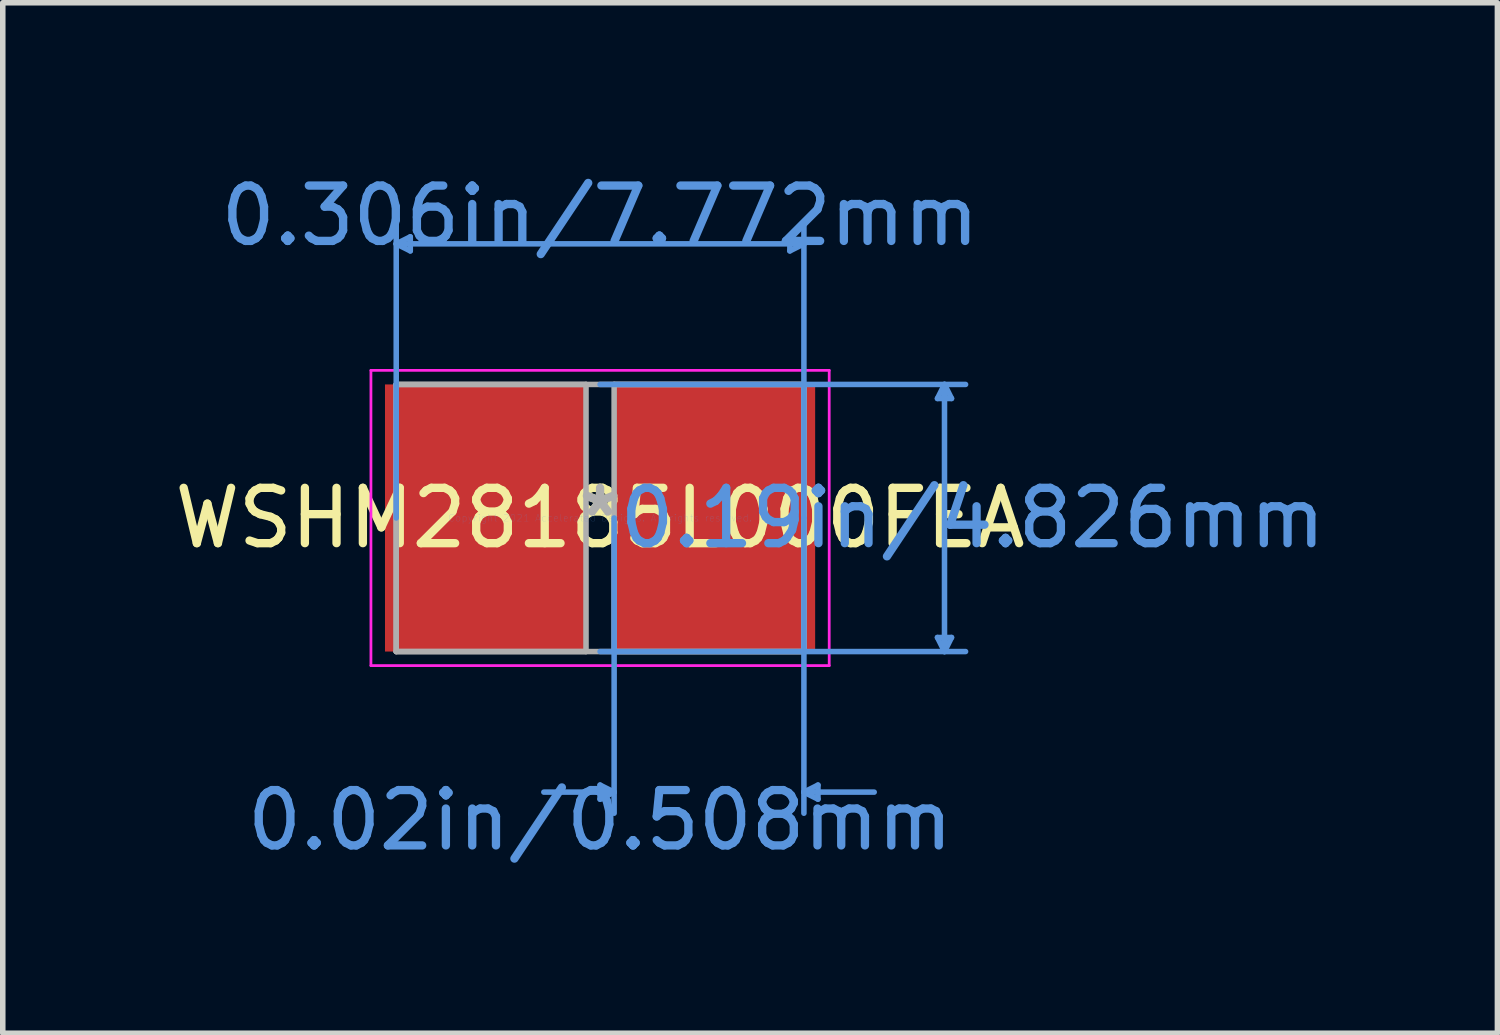
<source format=kicad_pcb>
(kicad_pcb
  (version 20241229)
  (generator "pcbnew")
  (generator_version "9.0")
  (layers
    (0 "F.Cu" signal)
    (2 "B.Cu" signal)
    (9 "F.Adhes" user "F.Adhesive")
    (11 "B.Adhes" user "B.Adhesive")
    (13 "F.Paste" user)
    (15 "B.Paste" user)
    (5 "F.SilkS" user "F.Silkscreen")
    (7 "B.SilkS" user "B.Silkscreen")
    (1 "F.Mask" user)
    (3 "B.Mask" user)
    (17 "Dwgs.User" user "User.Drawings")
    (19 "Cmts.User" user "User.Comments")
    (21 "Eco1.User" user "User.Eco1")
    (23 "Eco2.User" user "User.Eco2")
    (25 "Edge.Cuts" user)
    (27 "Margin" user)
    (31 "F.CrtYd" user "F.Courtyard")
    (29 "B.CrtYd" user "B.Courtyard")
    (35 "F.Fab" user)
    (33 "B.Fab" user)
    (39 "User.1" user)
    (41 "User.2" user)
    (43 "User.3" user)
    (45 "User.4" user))
  (footprint "WSHM28185L000FEA"
    (layer "F.Cu")
    (at 7.792 6.309)
    (property "Reference" "WSHM28185L000FEA" (at 0 0 0) (layer "F.SilkS") (effects (font (size 1 1) (thickness 0.15))))
    (attr through_hole)
    (fp_line (start -3.683 -4.953) (end -3.429 -5.08) (stroke (width 0.1) (type solid)) (layer "Cmts.User"))
    (fp_line (start -3.683 -4.953) (end -3.429 -4.826) (stroke (width 0.1) (type solid)) (layer "Cmts.User"))
    (fp_line (start -3.683 -4.953) (end 3.683 -4.953) (stroke (width 0.1) (type solid)) (layer "Cmts.User"))
    (fp_line (start -3.683 0) (end -3.683 -5.334) (stroke (width 0.1) (type solid)) (layer "Cmts.User"))
    (fp_line (start -3.429 -5.08) (end -3.429 -4.826) (stroke (width 0.1) (type solid)) (layer "Cmts.User"))
    (fp_line (start 0 -2.413) (end 6.604 -2.413) (stroke (width 0.1) (type solid)) (layer "Cmts.User"))
    (fp_line (start 0 2.413) (end 6.604 2.413) (stroke (width 0.1) (type solid)) (layer "Cmts.User"))
    (fp_line (start 0 4.826) (end 0 5.08) (stroke (width 0.1) (type solid)) (layer "Cmts.User"))
    (fp_line (start 0.254 0) (end 0.254 5.334) (stroke (width 0.1) (type solid)) (layer "Cmts.User"))
    (fp_line (start 0.254 4.953) (end -1.016 4.953) (stroke (width 0.1) (type solid)) (layer "Cmts.User"))
    (fp_line (start 0.254 4.953) (end 0 4.826) (stroke (width 0.1) (type solid)) (layer "Cmts.User"))
    (fp_line (start 0.254 4.953) (end 0 5.08) (stroke (width 0.1) (type solid)) (layer "Cmts.User"))
    (fp_line (start 3.429 -5.08) (end 3.429 -4.826) (stroke (width 0.1) (type solid)) (layer "Cmts.User"))
    (fp_line (start 3.683 -4.953) (end 3.429 -5.08) (stroke (width 0.1) (type solid)) (layer "Cmts.User"))
    (fp_line (start 3.683 -4.953) (end 3.429 -4.826) (stroke (width 0.1) (type solid)) (layer "Cmts.User"))
    (fp_line (start 3.683 0) (end 3.683 -5.334) (stroke (width 0.1) (type solid)) (layer "Cmts.User"))
    (fp_line (start 3.683 0) (end 3.683 5.334) (stroke (width 0.1) (type solid)) (layer "Cmts.User"))
    (fp_line (start 3.683 4.953) (end 3.937 4.826) (stroke (width 0.1) (type solid)) (layer "Cmts.User"))
    (fp_line (start 3.683 4.953) (end 3.937 5.08) (stroke (width 0.1) (type solid)) (layer "Cmts.User"))
    (fp_line (start 3.683 4.953) (end 4.953 4.953) (stroke (width 0.1) (type solid)) (layer "Cmts.User"))
    (fp_line (start 3.937 4.826) (end 3.937 5.08) (stroke (width 0.1) (type solid)) (layer "Cmts.User"))
    (fp_line (start 6.096 -2.159) (end 6.35 -2.159) (stroke (width 0.1) (type solid)) (layer "Cmts.User"))
    (fp_line (start 6.096 2.159) (end 6.35 2.159) (stroke (width 0.1) (type solid)) (layer "Cmts.User"))
    (fp_line (start 6.223 -2.413) (end 6.096 -2.159) (stroke (width 0.1) (type solid)) (layer "Cmts.User"))
    (fp_line (start 6.223 -2.413) (end 6.223 2.413) (stroke (width 0.1) (type solid)) (layer "Cmts.User"))
    (fp_line (start 6.223 -2.413) (end 6.35 -2.159) (stroke (width 0.1) (type solid)) (layer "Cmts.User"))
    (fp_line (start 6.223 2.413) (end 6.096 2.159) (stroke (width 0.1) (type solid)) (layer "Cmts.User"))
    (fp_line (start 6.223 2.413) (end 6.35 2.159) (stroke (width 0.1) (type solid)) (layer "Cmts.User"))
    (fp_line (start -4.14 -2.667) (end 4.14 -2.667) (stroke (width 0.05) (type solid)) (layer "F.CrtYd"))
    (fp_line (start -4.14 2.667) (end -4.14 -2.667) (stroke (width 0.05) (type solid)) (layer "F.CrtYd"))
    (fp_line (start 4.14 -2.667) (end 4.14 2.667) (stroke (width 0.05) (type solid)) (layer "F.CrtYd"))
    (fp_line (start 4.14 2.667) (end -4.14 2.667) (stroke (width 0.05) (type solid)) (layer "F.CrtYd"))
    (fp_line (start -3.683 -2.413) (end -3.683 2.413) (stroke (width 0.1) (type solid)) (layer "F.Fab"))
    (fp_line (start -3.683 -2.413) (end -3.683 2.413) (stroke (width 0.1) (type solid)) (layer "F.Fab"))
    (fp_line (start -3.683 2.413) (end -0.254 2.413) (stroke (width 0.1) (type solid)) (layer "F.Fab"))
    (fp_line (start -3.683 2.413) (end 3.683 2.413) (stroke (width 0.1) (type solid)) (layer "F.Fab"))
    (fp_line (start -0.254 -2.413) (end -3.683 -2.413) (stroke (width 0.1) (type solid)) (layer "F.Fab"))
    (fp_line (start -0.254 2.413) (end -0.254 -2.413) (stroke (width 0.1) (type solid)) (layer "F.Fab"))
    (fp_line (start 0.254 -2.413) (end 0.254 2.413) (stroke (width 0.1) (type solid)) (layer "F.Fab"))
    (fp_line (start 0.254 2.413) (end 3.683 2.413) (stroke (width 0.1) (type solid)) (layer "F.Fab"))
    (fp_line (start 3.683 -2.413) (end -3.683 -2.413) (stroke (width 0.1) (type solid)) (layer "F.Fab"))
    (fp_line (start 3.683 -2.413) (end 0.254 -2.413) (stroke (width 0.1) (type solid)) (layer "F.Fab"))
    (fp_line (start 3.683 2.413) (end 3.683 -2.413) (stroke (width 0.1) (type solid)) (layer "F.Fab"))
    (fp_line (start 3.683 2.413) (end 3.683 -2.413) (stroke (width 0.1) (type solid)) (layer "F.Fab"))
    (fp_text user "*" (at 0 0 0) (layer "F.SilkS") (effects (font (size 1 1) (thickness 0.15))))
    (fp_text user "Copyright 2021 Accelerated Designs. All rights reserved." (at 0 0 0) (layer "Cmts.User") (effects (font (size 0.127 0.127) (thickness 0.002))))
    (fp_text user "0.02in/0.508mm" (at 0 5.461 0) (layer "Cmts.User") (effects (font (size 1 1) (thickness 0.15))))
    (fp_text user "0.19in/4.826mm" (at 6.731 0 0) (layer "Cmts.User") (effects (font (size 1 1) (thickness 0.15))))
    (fp_text user "0.306in/7.772mm" (at 0 -5.461 0) (layer "Cmts.User") (effects (font (size 1 1) (thickness 0.15))))
    (fp_text user "*" (at 0 0 0) (layer "F.Fab") (effects (font (size 1 1) (thickness 0.15))))
    (pad "1" smd rect (at -2.07 0) (size 3.632 4.826) (layers "F.Cu" "F.Mask" "F.Paste"))
    (pad "2" smd rect (at 2.07 0) (size 3.632 4.826) (layers "F.Cu" "F.Mask" "F.Paste")))
  (gr_rect
    (start -3 -3)
    (end 24.005 15.618)
    (stroke (width 0.1) (type default))
    (fill no)
    (layer "Edge.Cuts")))
</source>
